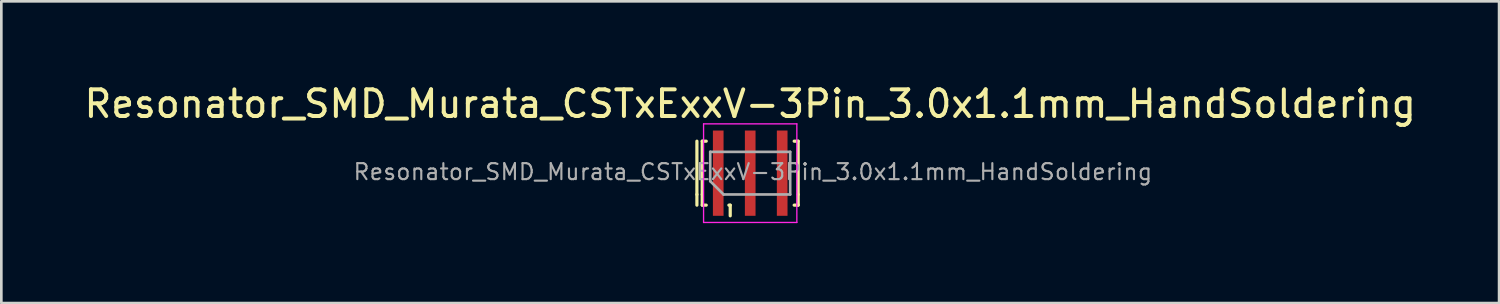
<source format=kicad_pcb>
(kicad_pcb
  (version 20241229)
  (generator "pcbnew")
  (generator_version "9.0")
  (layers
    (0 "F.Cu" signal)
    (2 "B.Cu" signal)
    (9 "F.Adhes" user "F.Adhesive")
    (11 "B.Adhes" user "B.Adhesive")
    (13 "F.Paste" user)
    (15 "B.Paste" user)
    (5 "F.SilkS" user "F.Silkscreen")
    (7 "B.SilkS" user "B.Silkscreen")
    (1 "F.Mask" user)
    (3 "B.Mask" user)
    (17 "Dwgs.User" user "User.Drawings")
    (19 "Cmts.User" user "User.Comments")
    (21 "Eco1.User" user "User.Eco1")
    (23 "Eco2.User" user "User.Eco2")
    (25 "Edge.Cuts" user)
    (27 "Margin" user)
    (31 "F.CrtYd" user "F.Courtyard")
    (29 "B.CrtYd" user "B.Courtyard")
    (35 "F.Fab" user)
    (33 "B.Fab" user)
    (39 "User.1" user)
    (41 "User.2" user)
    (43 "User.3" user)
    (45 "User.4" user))
  (footprint "Resonator_SMD_Murata_CSTxExxV-3Pin_3.0x1.1mm_HandSoldering"
    (layer "F.Cu")
    (at 25.101 3.448)
    (property "Reference" "Resonator_SMD_Murata_CSTxExxV-3Pin_3.0x1.1mm_HandSoldering" (at 0 -2.6 0) (layer "F.SilkS") (effects (font (size 1 1) (thickness 0.15))))
    (attr smd)
    (fp_line (start -2 -1.2) (end -2 0.8) (stroke (width 0.12) (type solid)) (layer "F.SilkS"))
    (fp_line (start -2 0.8) (end -2 1.2) (stroke (width 0.12) (type solid)) (layer "F.SilkS"))
    (fp_line (start -1.8 -1.2) (end -1.65 -1.2) (stroke (width 0.12) (type solid)) (layer "F.SilkS"))
    (fp_line (start -1.8 0.8) (end -1.8 -1.2) (stroke (width 0.12) (type solid)) (layer "F.SilkS"))
    (fp_line (start -1.8 0.8) (end -1.8 1.2) (stroke (width 0.12) (type solid)) (layer "F.SilkS"))
    (fp_line (start -1.8 1.2) (end -1.65 1.2) (stroke (width 0.12) (type solid)) (layer "F.SilkS"))
    (fp_line (start -0.75 1.2) (end -0.8 1.2) (stroke (width 0.12) (type solid)) (layer "F.SilkS"))
    (fp_line (start -0.75 1.2) (end -0.75 1.6) (stroke (width 0.12) (type solid)) (layer "F.SilkS"))
    (fp_line (start 1.8 -1.2) (end 1.65 -1.2) (stroke (width 0.12) (type solid)) (layer "F.SilkS"))
    (fp_line (start 1.8 -1.2) (end 1.8 0.8) (stroke (width 0.12) (type solid)) (layer "F.SilkS"))
    (fp_line (start 1.8 0.8) (end 1.8 1.2) (stroke (width 0.12) (type solid)) (layer "F.SilkS"))
    (fp_line (start 1.8 1.2) (end 1.65 1.2) (stroke (width 0.12) (type solid)) (layer "F.SilkS"))
    (fp_line (start -1.75 -1.85) (end 1.75 -1.85) (stroke (width 0.05) (type solid)) (layer "F.CrtYd"))
    (fp_line (start -1.75 1.85) (end -1.75 -1.85) (stroke (width 0.05) (type solid)) (layer "F.CrtYd"))
    (fp_line (start 1.75 -1.85) (end 1.75 1.85) (stroke (width 0.05) (type solid)) (layer "F.CrtYd"))
    (fp_line (start 1.75 1.85) (end -1.75 1.85) (stroke (width 0.05) (type solid)) (layer "F.CrtYd"))
    (fp_line (start -1.5 0.3) (end -1.5 -0.8) (stroke (width 0.1) (type solid)) (layer "F.Fab"))
    (fp_line (start -1 0.8) (end -1.5 0.3) (stroke (width 0.1) (type solid)) (layer "F.Fab"))
    (fp_line (start -1 0.8) (end 1.5 0.8) (stroke (width 0.1) (type solid)) (layer "F.Fab"))
    (fp_line (start 1.5 -0.8) (end -1.5 -0.8) (stroke (width 0.1) (type solid)) (layer "F.Fab"))
    (fp_line (start 1.5 0.8) (end 1.5 -0.8) (stroke (width 0.1) (type solid)) (layer "F.Fab"))
    (fp_text user "${REFERENCE}" (at 0.1 -0.05 0) (layer "F.Fab") (effects (font (size 0.6 0.6) (thickness 0.08))))
    (pad "1" smd rect (at -1.2 0) (size 0.4 3.2) (layers "F.Cu" "F.Mask" "F.Paste"))
    (pad "2" smd rect (at 0 0) (size 0.4 3.2) (layers "F.Cu" "F.Mask" "F.Paste"))
    (pad "3" smd rect (at 1.2 0) (size 0.4 3.2) (layers "F.Cu" "F.Mask" "F.Paste")))
  (gr_rect
    (start -3 -3)
    (end 53.202 8.323)
    (stroke (width 0.1) (type default))
    (fill no)
    (layer "Edge.Cuts")))
</source>
